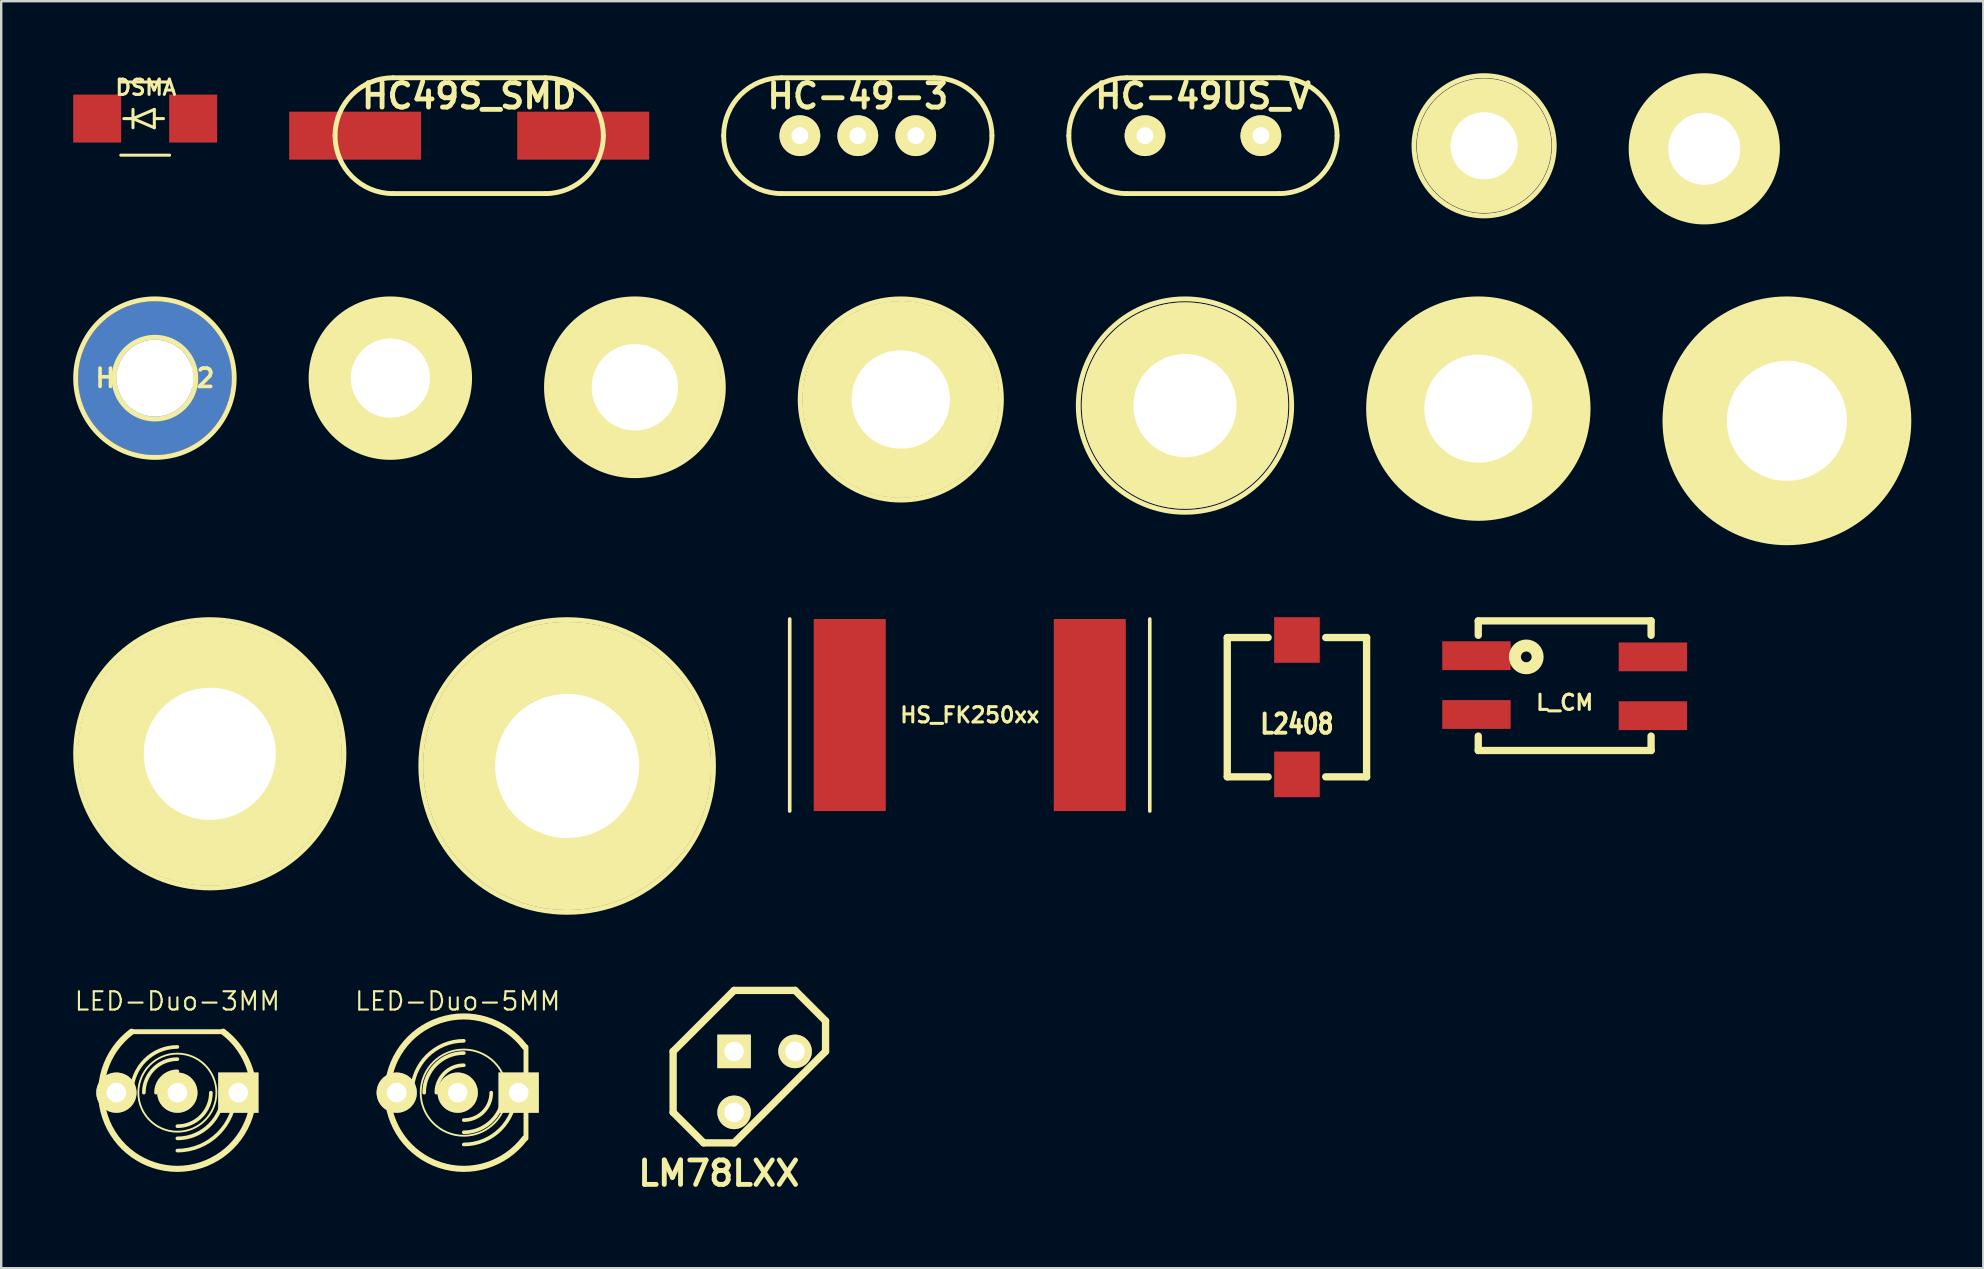
<source format=kicad_pcb>
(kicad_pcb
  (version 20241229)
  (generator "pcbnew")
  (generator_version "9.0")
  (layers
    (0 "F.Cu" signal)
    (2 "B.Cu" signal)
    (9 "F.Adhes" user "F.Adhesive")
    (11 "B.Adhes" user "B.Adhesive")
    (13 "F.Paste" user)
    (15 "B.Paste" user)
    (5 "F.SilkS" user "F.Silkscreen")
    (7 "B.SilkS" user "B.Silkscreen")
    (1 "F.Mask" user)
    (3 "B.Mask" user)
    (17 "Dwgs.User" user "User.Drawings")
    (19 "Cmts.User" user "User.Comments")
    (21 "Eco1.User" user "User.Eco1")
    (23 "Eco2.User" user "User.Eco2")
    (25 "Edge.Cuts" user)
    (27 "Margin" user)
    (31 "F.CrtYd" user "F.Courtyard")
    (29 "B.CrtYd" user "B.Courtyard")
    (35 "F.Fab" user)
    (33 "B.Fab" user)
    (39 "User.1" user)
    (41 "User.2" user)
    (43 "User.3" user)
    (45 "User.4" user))
  (footprint "HOLE_60"
    (layer "F.Cu")
    (at 20.577 28.86)
    (property "Reference" "HOLE_60" (at 0 0 0) (layer "F.SilkS") (effects (font (size 0.762 0.762) (thickness 0.152))))
    (attr through_hole)
    (fp_circle (center 0 0) (end 3.124 0) (stroke (width 0.203) (type solid)) (fill no) (layer "F.SilkS"))
    (fp_circle (center 0 0) (end 6.096 0) (stroke (width 0.203) (type solid)) (fill no) (layer "F.SilkS"))
    (pad "" thru_hole circle (at 0 0) (size 11.999 11.999) (drill 5.999) (layers "*.Cu" "*.Mask" "F.SilkS")))
  (footprint "L2408"
    (layer "F.Cu")
    (at 50.98 26.411)
    (property "Reference" "L2408" (at 0 0.701 0) (layer "F.SilkS") (effects (font (size 0.8 0.65) (thickness 0.163))))
    (attr through_hole)
    (fp_line (start -2.903 -2.901) (end -1.201 -2.901) (stroke (width 0.305) (type solid)) (layer "F.SilkS"))
    (fp_line (start -2.903 2.901) (end -2.903 -2.901) (stroke (width 0.305) (type solid)) (layer "F.SilkS"))
    (fp_line (start -2.903 2.901) (end -1.201 2.901) (stroke (width 0.305) (type solid)) (layer "F.SilkS"))
    (fp_line (start 2.901 -2.901) (end 1.199 -2.901) (stroke (width 0.305) (type solid)) (layer "F.SilkS"))
    (fp_line (start 2.901 2.901) (end 1.199 2.901) (stroke (width 0.305) (type solid)) (layer "F.SilkS"))
    (fp_line (start 2.901 2.901) (end 2.901 -2.901) (stroke (width 0.305) (type solid)) (layer "F.SilkS"))
    (pad "1" smd rect (at 0 2.799) (size 1.9 1.9) (layers "F.Cu" "F.Mask" "F.Paste"))
    (pad "2" smd rect (at 0 -2.799) (size 1.9 1.9) (layers "F.Cu" "F.Mask" "F.Paste")))
  (footprint "DSMA"
    (layer "F.Cu")
    (at 2.998 1.89)
    (property "Reference" "DSMA" (at 0.025 -1.295 0) (layer "F.SilkS") (effects (font (size 0.635 0.635) (thickness 0.127))))
    (attr through_hole)
    (fp_line (start -1.016 -1.524) (end 1.016 -1.524) (stroke (width 0.127) (type solid)) (layer "F.SilkS"))
    (fp_line (start -1.016 1.524) (end 1.016 1.524) (stroke (width 0.127) (type solid)) (layer "F.SilkS"))
    (fp_line (start -0.889 0) (end -0.508 0) (stroke (width 0.127) (type solid)) (layer "F.SilkS"))
    (fp_line (start -0.508 -0.381) (end -0.508 0.381) (stroke (width 0.127) (type solid)) (layer "F.SilkS"))
    (fp_line (start -0.508 0) (end 0.381 -0.381) (stroke (width 0.127) (type solid)) (layer "F.SilkS"))
    (fp_line (start 0.381 -0.381) (end 0.381 0.381) (stroke (width 0.127) (type solid)) (layer "F.SilkS"))
    (fp_line (start 0.381 0) (end 0.762 0) (stroke (width 0.127) (type solid)) (layer "F.SilkS"))
    (fp_line (start 0.381 0.381) (end -0.508 0) (stroke (width 0.127) (type solid)) (layer "F.SilkS"))
    (pad "1" smd rect (at 1.999 0) (size 1.999 1.999) (layers "F.Cu" "F.Mask" "F.Paste"))
    (pad "2" smd rect (at -1.999 0) (size 1.999 1.999) (layers "F.Cu" "F.Mask" "F.Paste")))
  (footprint "LED-Duo-3MM"
    (layer "F.Cu")
    (at 4.339 42.469)
    (property "Reference" "LED-Duo-3MM" (at 0 -3.81 0) (layer "F.SilkS") (effects (font (size 0.762 0.762) (thickness 0.089))))
    (attr through_hole)
    (fp_line (start 1.905 -2.54) (end -1.905 -2.54) (stroke (width 0.203) (type solid)) (layer "F.SilkS"))
    (fp_arc (start -1.905 0) (mid -1.347038 -1.347038) (end 0 -1.905) (stroke (width 0.1524) (type solid)) (layer "F.SilkS"))
    (fp_arc (start -1.397 0) (mid -0.987828 -0.987828) (end 0 -1.397) (stroke (width 0.1524) (type solid)) (layer "F.SilkS"))
    (fp_arc (start -0.889 0) (mid -0.628618 -0.628618) (end 0 -0.889) (stroke (width 0.1524) (type solid)) (layer "F.SilkS"))
    (fp_arc (start 1.397 0) (mid 0.987828 0.987828) (end 0 1.397) (stroke (width 0.1524) (type solid)) (layer "F.SilkS"))
    (fp_arc (start 1.905 -2.54) (mid 0.001668 3.175) (end -1.907668 -2.537997) (stroke (width 0.254) (type solid)) (layer "F.SilkS"))
    (fp_arc (start 1.905 0) (mid 1.347038 1.347038) (end 0 1.905) (stroke (width 0.1524) (type solid)) (layer "F.SilkS"))
    (fp_arc (start 2.413 0) (mid 1.706249 1.706249) (end 0 2.413) (stroke (width 0.1524) (type solid)) (layer "F.SilkS"))
    (fp_circle (center 0 0) (end -1.016 1.27) (stroke (width 0.076) (type solid)) (fill no) (layer "F.SilkS"))
    (pad "1" thru_hole rect (at 2.54 0) (size 1.676 1.676) (drill 0.813) (layers "*.Cu" "*.Mask" "F.SilkS" "F.Paste"))
    (pad "2" thru_hole circle (at 0 0) (size 1.676 1.676) (drill 0.813) (layers "*.Cu" "*.Mask" "F.SilkS" "F.Paste"))
    (pad "3" thru_hole circle (at -2.54 0) (size 1.676 1.676) (drill 0.813) (layers "*.Cu" "*.Mask" "F.SilkS" "F.Paste")))
  (footprint "HOLE_33"
    (layer "F.Cu")
    (at 13.211 12.703)
    (property "Reference" "HOLE_33" (at 0 0 0) (layer "F.SilkS") (effects (font (size 0.762 0.762) (thickness 0.152))))
    (attr through_hole)
    (fp_circle (center 0 0) (end 1.753 0) (stroke (width 0.203) (type solid)) (fill no) (layer "F.SilkS"))
    (fp_circle (center 0 0) (end 3.302 0) (stroke (width 0.203) (type solid)) (fill no) (layer "F.SilkS"))
    (pad "" thru_hole circle (at 0 0) (size 6.601 6.601) (drill 3.299) (layers "*.Cu" "*.Mask" "F.SilkS")))
  (footprint "HOLE_50"
    (layer "F.Cu")
    (at 71.391 14.481)
    (property "Reference" "HOLE_50" (at 0 0 0) (layer "F.SilkS") (effects (font (size 0.762 0.762) (thickness 0.152))))
    (attr through_hole)
    (fp_circle (center 0 0) (end 2.616 0) (stroke (width 0.203) (type solid)) (fill no) (layer "F.SilkS"))
    (fp_circle (center 0 0) (end 5.08 0) (stroke (width 0.203) (type solid)) (fill no) (layer "F.SilkS"))
    (pad "" thru_hole circle (at 0 0) (size 10 10) (drill 5.001) (layers "*.Cu" "*.Mask" "F.SilkS")))
  (footprint "HOLE_36"
    (layer "F.Cu")
    (at 23.399 13.084)
    (property "Reference" "HOLE_36" (at 0 0 0) (layer "F.SilkS") (effects (font (size 0.762 0.762) (thickness 0.152))))
    (attr through_hole)
    (fp_circle (center 0 0) (end 1.905 0) (stroke (width 0.203) (type solid)) (fill no) (layer "F.SilkS"))
    (fp_circle (center 0 0) (end 3.683 0) (stroke (width 0.203) (type solid)) (fill no) (layer "F.SilkS"))
    (pad "" thru_hole circle (at 0 0) (size 7.201 7.201) (drill 3.599) (layers "*.Cu" "*.Mask" "F.SilkS")))
  (footprint "HC-49-3"
    (layer "F.Cu")
    (at 32.685 2.602)
    (property "Reference" "HC-49-3" (at 0 -1.651 0) (layer "F.SilkS") (effects (font (size 1.016 1.016) (thickness 0.203))))
    (attr through_hole)
    (fp_line (start -3.175 -2.413) (end 3.175 -2.413) (stroke (width 0.203) (type solid)) (layer "F.SilkS"))
    (fp_line (start -3.175 2.413) (end 3.175 2.413) (stroke (width 0.203) (type solid)) (layer "F.SilkS"))
    (fp_arc (start -5.588 0) (mid -4.881249 -1.706249) (end -3.175 -2.413) (stroke (width 0.2032) (type solid)) (layer "F.SilkS"))
    (fp_arc (start -3.175 2.413) (mid -4.881249 1.706249) (end -5.588 0) (stroke (width 0.2032) (type solid)) (layer "F.SilkS"))
    (fp_arc (start 3.175 -2.413) (mid 4.881249 -1.706249) (end 5.588 0) (stroke (width 0.2032) (type solid)) (layer "F.SilkS"))
    (fp_arc (start 5.588 0) (mid 4.881249 1.706249) (end 3.175 2.413) (stroke (width 0.2032) (type solid)) (layer "F.SilkS"))
    (pad "1" thru_hole circle (at -2.413 0) (size 1.699 1.699) (drill 0.701) (layers "*.Cu" "*.Mask" "F.SilkS"))
    (pad "2" thru_hole circle (at 2.413 0) (size 1.699 1.699) (drill 0.701) (layers "*.Cu" "*.Mask" "F.SilkS"))
    (pad "3" thru_hole circle (at 0 0) (size 1.699 1.699) (drill 0.701) (layers "*.Cu" "*.Mask" "F.SilkS")))
  (footprint "HOLE_45"
    (layer "F.Cu")
    (at 58.536 13.973)
    (property "Reference" "HOLE_45" (at 0 0 0) (layer "F.SilkS") (effects (font (size 0.762 0.762) (thickness 0.152))))
    (attr through_hole)
    (fp_circle (center 0 0) (end 2.362 0) (stroke (width 0.203) (type solid)) (fill no) (layer "F.SilkS"))
    (fp_circle (center 0 0) (end 4.572 0) (stroke (width 0.203) (type solid)) (fill no) (layer "F.SilkS"))
    (pad "" thru_hole circle (at 0 0) (size 8.999 8.999) (drill 4.501) (layers "*.Cu" "*.Mask" "F.SilkS")))
  (footprint "HC-49US_V"
    (layer "F.Cu")
    (at 47.064 2.602)
    (property "Reference" "HC-49US_V" (at 0 -1.651 0) (layer "F.SilkS") (effects (font (size 1.016 1.016) (thickness 0.203))))
    (attr through_hole)
    (fp_line (start -3.175 -2.413) (end 3.175 -2.413) (stroke (width 0.203) (type solid)) (layer "F.SilkS"))
    (fp_line (start -3.175 2.413) (end 3.175 2.413) (stroke (width 0.203) (type solid)) (layer "F.SilkS"))
    (fp_arc (start -5.588 0) (mid -4.881249 -1.706249) (end -3.175 -2.413) (stroke (width 0.2032) (type solid)) (layer "F.SilkS"))
    (fp_arc (start -3.175 2.413) (mid -4.881249 1.706249) (end -5.588 0) (stroke (width 0.2032) (type solid)) (layer "F.SilkS"))
    (fp_arc (start 3.175 -2.413) (mid 4.881249 -1.706249) (end 5.588 0) (stroke (width 0.2032) (type solid)) (layer "F.SilkS"))
    (fp_arc (start 5.588 0) (mid 4.881249 1.706249) (end 3.175 2.413) (stroke (width 0.2032) (type solid)) (layer "F.SilkS"))
    (pad "1" thru_hole circle (at -2.413 0) (size 1.699 1.699) (drill 0.701) (layers "*.Cu" "*.Mask" "F.SilkS"))
    (pad "2" thru_hole circle (at 2.413 0) (size 1.699 1.699) (drill 0.701) (layers "*.Cu" "*.Mask" "F.SilkS")))
  (footprint "LM78LXX"
    (layer "F.Cu")
    (at 28.802 42.02)
    (property "Reference" "LM78LXX" (at -1.905 3.81 0) (layer "F.SilkS") (effects (font (size 1.016 1.016) (thickness 0.203))))
    (attr through_hole)
    (fp_line (start -3.81 -1.27) (end -3.81 1.27) (stroke (width 0.305) (type solid)) (layer "F.SilkS"))
    (fp_line (start -3.81 1.27) (end -2.54 2.54) (stroke (width 0.305) (type solid)) (layer "F.SilkS"))
    (fp_line (start -2.54 2.54) (end -1.27 2.54) (stroke (width 0.305) (type solid)) (layer "F.SilkS"))
    (fp_line (start -1.27 -3.81) (end -3.81 -1.27) (stroke (width 0.305) (type solid)) (layer "F.SilkS"))
    (fp_line (start -1.27 2.54) (end 2.54 -1.27) (stroke (width 0.305) (type solid)) (layer "F.SilkS"))
    (fp_line (start 1.27 -3.81) (end -1.27 -3.81) (stroke (width 0.305) (type solid)) (layer "F.SilkS"))
    (fp_line (start 2.54 -2.54) (end 1.27 -3.81) (stroke (width 0.305) (type solid)) (layer "F.SilkS"))
    (fp_line (start 2.54 -1.27) (end 2.54 -2.54) (stroke (width 0.305) (type solid)) (layer "F.SilkS"))
    (pad "GND" thru_hole rect (at -1.27 -1.27) (size 1.397 1.397) (drill 0.813) (layers "*.Cu" "*.Mask" "F.SilkS"))
    (pad "VI" thru_hole circle (at 1.27 -1.27) (size 1.397 1.397) (drill 0.813) (layers "*.Cu" "*.Mask" "F.SilkS"))
    (pad "VO" thru_hole circle (at -1.27 1.27) (size 1.397 1.397) (drill 0.813) (layers "*.Cu" "*.Mask" "F.SilkS")))
  (footprint "HS_FK250xx"
    (layer "F.Cu")
    (at 37.349 26.737)
    (property "Reference" "HS_FK250xx" (at 0 0 0) (layer "F.SilkS") (effects (font (size 0.635 0.635) (thickness 0.127))))
    (attr smd)
    (fp_line (start -7.5 -4) (end -7.5 4) (stroke (width 0.15) (type solid)) (layer "F.SilkS"))
    (fp_line (start 7.5 -4) (end 7.5 4) (stroke (width 0.15) (type solid)) (layer "F.SilkS"))
    (pad "1" smd rect (at -5 0) (size 3 8) (layers "F.Cu" "F.Mask" "F.Paste"))
    (pad "2" smd rect (at 5 0) (size 3 8) (layers "F.Cu" "F.Mask" "F.Paste")))
  (footprint "HOLE_41"
    (layer "F.Cu")
    (at 34.476 13.592)
    (property "Reference" "HOLE_41" (at 0 0 0) (layer "F.SilkS") (effects (font (size 0.762 0.762) (thickness 0.152))))
    (attr through_hole)
    (fp_circle (center 0 0) (end 2.159 0) (stroke (width 0.203) (type solid)) (fill no) (layer "F.SilkS"))
    (fp_circle (center 0 0) (end 4.191 0) (stroke (width 0.203) (type solid)) (fill no) (layer "F.SilkS"))
    (pad "" thru_hole circle (at 0 0) (size 8.199 8.199) (drill 4.1) (layers "*.Cu" "*.Mask" "F.SilkS")))
  (footprint "HOLE_43"
    (layer "F.Cu")
    (at 46.315 13.846)
    (property "Reference" "HOLE_43" (at 0 0 0) (layer "F.SilkS") (effects (font (size 0.762 0.762) (thickness 0.152))))
    (attr through_hole)
    (fp_circle (center 0 0) (end 2.261 0) (stroke (width 0.203) (type solid)) (fill no) (layer "F.SilkS"))
    (fp_circle (center 0 0) (end 4.445 0) (stroke (width 0.203) (type solid)) (fill no) (layer "F.SilkS"))
    (pad "" thru_hole circle (at 0 0) (size 8.6 8.6) (drill 4.3) (layers "*.Cu" "*.Mask" "F.SilkS")))
  (footprint "HC49S_SMD"
    (layer "F.Cu")
    (at 16.496 2.602)
    (property "Reference" "HC49S_SMD" (at 0 -1.651 0) (layer "F.SilkS") (effects (font (size 1.016 1.016) (thickness 0.203))))
    (attr through_hole)
    (fp_line (start -3.175 -2.413) (end 3.175 -2.413) (stroke (width 0.203) (type solid)) (layer "F.SilkS"))
    (fp_line (start -3.175 2.413) (end 3.175 2.413) (stroke (width 0.203) (type solid)) (layer "F.SilkS"))
    (fp_arc (start -5.588 0) (mid -4.881249 -1.706249) (end -3.175 -2.413) (stroke (width 0.2032) (type solid)) (layer "F.SilkS"))
    (fp_arc (start -3.175 2.413) (mid -4.881249 1.706249) (end -5.588 0) (stroke (width 0.2032) (type solid)) (layer "F.SilkS"))
    (fp_arc (start 3.175 -2.413) (mid 4.881249 -1.706249) (end 5.588 0) (stroke (width 0.2032) (type solid)) (layer "F.SilkS"))
    (fp_arc (start 5.588 0) (mid 4.881249 1.706249) (end 3.175 2.413) (stroke (width 0.2032) (type solid)) (layer "F.SilkS"))
    (pad "1" smd rect (at -4.75 0) (size 5.499 1.999) (layers "F.Cu" "F.Mask" "F.Paste"))
    (pad "2" smd rect (at 4.75 0) (size 5.499 1.999) (layers "F.Cu" "F.Mask" "F.Paste")))
  (footprint "HOLE_30"
    (layer "F.Cu")
    (at 67.949 3.15)
    (property "Reference" "HOLE_30" (at 0 0 0) (layer "F.SilkS") (effects (font (size 0.762 0.762) (thickness 0.152))))
    (attr through_hole)
    (fp_circle (center 0 0) (end 1.6 0) (stroke (width 0.203) (type solid)) (fill no) (layer "F.SilkS"))
    (fp_circle (center 0 0) (end 3.048 0) (stroke (width 0.203) (type solid)) (fill no) (layer "F.SilkS"))
    (pad "" thru_hole circle (at 0 0) (size 5.999 5.999) (drill 3) (layers "*.Cu" "*.Mask" "F.SilkS")))
  (footprint "L_CM"
    (layer "F.Cu")
    (at 62.133 25.515)
    (property "Reference" "L_CM" (at 0 0.701 0) (layer "F.SilkS") (effects (font (size 0.635 0.635) (thickness 0.127))))
    (attr through_hole)
    (fp_line (start -3.6 -2.7) (end -3.6 -2.1) (stroke (width 0.305) (type solid)) (layer "F.SilkS"))
    (fp_line (start -3.6 -2.7) (end 3.6 -2.7) (stroke (width 0.305) (type solid)) (layer "F.SilkS"))
    (fp_line (start -3.6 2.1) (end -3.6 2.7) (stroke (width 0.305) (type solid)) (layer "F.SilkS"))
    (fp_line (start -3.6 2.7) (end 3.6 2.7) (stroke (width 0.305) (type solid)) (layer "F.SilkS"))
    (fp_line (start 3.6 -2.7) (end 3.6 -2.1) (stroke (width 0.305) (type solid)) (layer "F.SilkS"))
    (fp_line (start 3.6 2.1) (end 3.6 2.7) (stroke (width 0.305) (type solid)) (layer "F.SilkS"))
    (fp_circle (center -1.6 -1.2) (end -1.4 -1.1) (stroke (width 0.5) (type solid)) (fill no) (layer "F.SilkS"))
    (pad "1" smd rect (at -3.675 -1.25) (size 2.85 1.2) (layers "F.Cu" "F.Mask" "F.Paste"))
    (pad "2" smd rect (at -3.675 1.2) (size 2.85 1.2) (layers "F.Cu" "F.Mask" "F.Paste"))
    (pad "3" smd rect (at 3.675 1.25) (size 2.85 1.2) (layers "F.Cu" "F.Mask" "F.Paste"))
    (pad "4" smd rect (at 3.675 -1.2) (size 2.85 1.2) (layers "F.Cu" "F.Mask" "F.Paste")))
  (footprint "HOLE_28"
    (layer "F.Cu")
    (at 58.777 3.023)
    (property "Reference" "HOLE_28" (at 0 0 0) (layer "F.SilkS") (effects (font (size 0.762 0.762) (thickness 0.152))))
    (attr through_hole)
    (fp_circle (center 0 0) (end 1.499 -0.051) (stroke (width 0.203) (type solid)) (fill no) (layer "F.SilkS"))
    (fp_circle (center 0 0) (end 2.921 0) (stroke (width 0.203) (type solid)) (fill no) (layer "F.SilkS"))
    (pad "" thru_hole circle (at 0 0) (size 5.601 5.601) (drill 2.799) (layers "*.Cu" "*.Mask" "F.SilkS")))
  (footprint "HOLE_32"
    (layer "F.Cu")
    (at 3.404 12.703)
    (property "Reference" "HOLE_32" (at 0 0 0) (layer "F.SilkS") (effects (font (size 0.762 0.762) (thickness 0.152))))
    (attr through_hole)
    (fp_circle (center 0 0) (end 1.702 -0.051) (stroke (width 0.203) (type solid)) (fill no) (layer "F.SilkS"))
    (fp_circle (center 0 0) (end 3.302 0) (stroke (width 0.203) (type solid)) (fill no) (layer "F.SilkS"))
    (pad "" thru_hole circle (at 0 0) (size 6.401 6.401) (drill 3.2) (layers "*.Cu" "*.Mask")))
  (footprint "LED-Duo-5MM"
    (layer "F.Cu")
    (at 16.017 42.469)
    (property "Reference" "LED-Duo-5MM" (at 0 -3.81 0) (layer "F.SilkS") (effects (font (size 0.762 0.762) (thickness 0.089))))
    (attr through_hole)
    (fp_line (start 2.845 1.905) (end 2.845 -1.905) (stroke (width 0.203) (type solid)) (layer "F.SilkS"))
    (fp_arc (start -1.905 0) (mid -1.272644 -1.526644) (end 0.254 -2.159) (stroke (width 0.1524) (type solid)) (layer "F.SilkS"))
    (fp_arc (start -1.397 0) (mid -0.913433 -1.167433) (end 0.254 -1.651) (stroke (width 0.1524) (type solid)) (layer "F.SilkS"))
    (fp_arc (start -0.889 0) (mid -0.554223 -0.808223) (end 0.254 -1.143) (stroke (width 0.1524) (type solid)) (layer "F.SilkS"))
    (fp_arc (start 1.397 0) (mid 1.062223 0.808223) (end 0.254 1.143) (stroke (width 0.1524) (type solid)) (layer "F.SilkS"))
    (fp_arc (start 1.905 0) (mid 1.421433 1.167433) (end 0.254 1.651) (stroke (width 0.1524) (type solid)) (layer "F.SilkS"))
    (fp_arc (start 2.413 0) (mid 1.780644 1.526644) (end 0.254 2.159) (stroke (width 0.1524) (type solid)) (layer "F.SilkS"))
    (fp_arc (start 2.794 1.905) (mid -2.921 0.001668) (end 2.791997 -1.907668) (stroke (width 0.254) (type solid)) (layer "F.SilkS"))
    (fp_circle (center 0.254 0) (end -1.016 1.27) (stroke (width 0.076) (type solid)) (fill no) (layer "F.SilkS"))
    (pad "1" thru_hole rect (at 2.54 0) (size 1.676 1.676) (drill 0.813) (layers "*.Cu" "F.Mask" "F.SilkS" "F.Paste"))
    (pad "2" thru_hole circle (at 0 0) (size 1.676 1.676) (drill 0.813) (layers "*.Cu" "F.Mask" "F.SilkS" "F.Paste"))
    (pad "3" thru_hole circle (at -2.54 0) (size 1.676 1.676) (drill 0.813) (layers "*.Cu" "F.Mask" "F.SilkS" "F.Paste")))
  (footprint "HOLE_55"
    (layer "F.Cu")
    (at 5.69 28.352)
    (property "Reference" "HOLE_55" (at 0 0 0) (layer "F.SilkS") (effects (font (size 0.762 0.762) (thickness 0.152))))
    (attr through_hole)
    (fp_circle (center 0 0) (end 2.87 0) (stroke (width 0.203) (type solid)) (fill no) (layer "F.SilkS"))
    (fp_circle (center 0 0) (end 5.588 0) (stroke (width 0.203) (type solid)) (fill no) (layer "F.SilkS"))
    (pad "" thru_hole circle (at 0 0) (size 10.998 10.998) (drill 5.502) (layers "*.Cu" "*.Mask" "F.SilkS")))
  (gr_rect
    (start -3 -3)
    (end 79.572 49.781)
    (stroke (width 0.1) (type default))
    (fill no)
    (layer "Edge.Cuts")))
</source>
